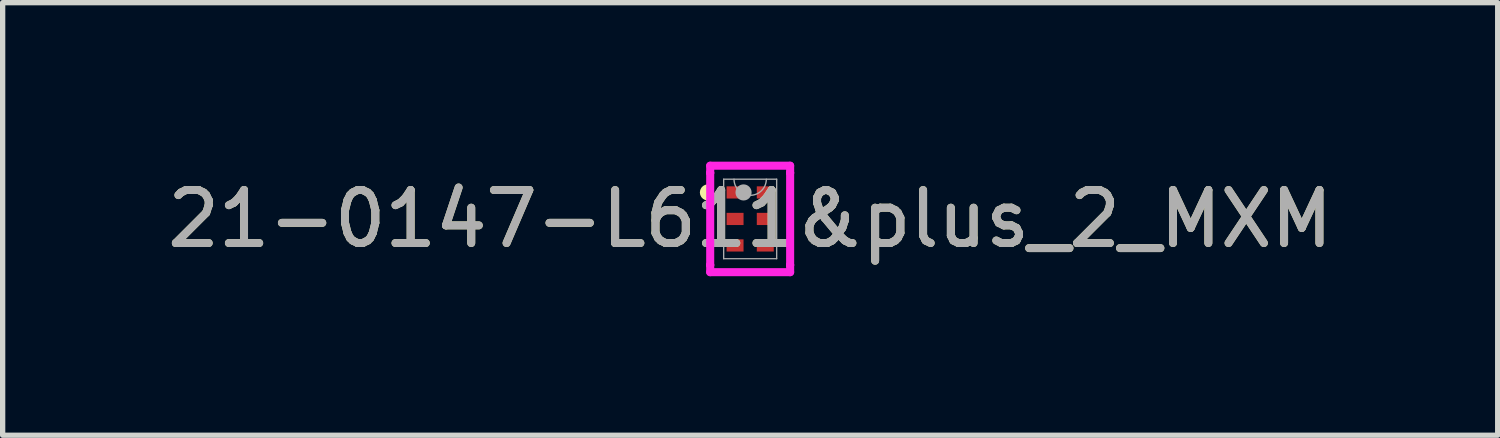
<source format=kicad_pcb>
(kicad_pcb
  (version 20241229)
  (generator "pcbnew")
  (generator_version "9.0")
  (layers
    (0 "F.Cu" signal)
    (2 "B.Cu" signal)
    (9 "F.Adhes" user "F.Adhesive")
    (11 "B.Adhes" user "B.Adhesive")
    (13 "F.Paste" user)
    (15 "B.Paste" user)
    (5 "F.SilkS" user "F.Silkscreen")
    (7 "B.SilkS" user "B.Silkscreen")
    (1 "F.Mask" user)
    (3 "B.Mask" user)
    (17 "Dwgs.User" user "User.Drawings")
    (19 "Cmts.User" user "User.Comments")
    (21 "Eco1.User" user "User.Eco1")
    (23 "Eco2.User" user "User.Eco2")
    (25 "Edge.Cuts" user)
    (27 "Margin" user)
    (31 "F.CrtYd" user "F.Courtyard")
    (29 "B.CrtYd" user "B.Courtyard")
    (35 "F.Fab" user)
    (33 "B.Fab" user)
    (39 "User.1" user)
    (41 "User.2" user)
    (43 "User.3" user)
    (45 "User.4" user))
  (footprint "21-0147-L611&plus_2_MXM"
    (layer "F.Cu")
    (at 11.101 1.08)
    (property "Reference" "21-0147-L611&plus_2_MXM" (at 0 0 0) (unlocked yes) (layer "F.SilkS") (effects (font (size 1 1) (thickness 0.15))))
    (attr smd)
    (fp_arc (start -0.777741 -0.426171) (mid -0.8728 -0.5) (end -0.777741 -0.573829) (stroke (width 0.1524) (type solid)) (layer "F.SilkS"))
    (fp_line (start -0.754 -1.004) (end 0.754 -1.004) (stroke (width 0.152) (type solid)) (layer "F.CrtYd"))
    (fp_line (start -0.754 -0.869) (end -0.754 -1.004) (stroke (width 0.152) (type solid)) (layer "F.CrtYd"))
    (fp_line (start -0.754 -0.869) (end -0.754 -0.869) (stroke (width 0.152) (type solid)) (layer "F.CrtYd"))
    (fp_line (start -0.754 0.869) (end -0.754 -0.869) (stroke (width 0.152) (type solid)) (layer "F.CrtYd"))
    (fp_line (start -0.754 0.869) (end -0.754 0.869) (stroke (width 0.152) (type solid)) (layer "F.CrtYd"))
    (fp_line (start -0.754 1.004) (end -0.754 0.869) (stroke (width 0.152) (type solid)) (layer "F.CrtYd"))
    (fp_line (start 0.754 -1.004) (end 0.754 -0.869) (stroke (width 0.152) (type solid)) (layer "F.CrtYd"))
    (fp_line (start 0.754 -0.869) (end 0.754 -0.869) (stroke (width 0.152) (type solid)) (layer "F.CrtYd"))
    (fp_line (start 0.754 -0.869) (end 0.754 0.869) (stroke (width 0.152) (type solid)) (layer "F.CrtYd"))
    (fp_line (start 0.754 0.869) (end 0.754 0.869) (stroke (width 0.152) (type solid)) (layer "F.CrtYd"))
    (fp_line (start 0.754 0.869) (end 0.754 1.004) (stroke (width 0.152) (type solid)) (layer "F.CrtYd"))
    (fp_line (start 0.754 1.004) (end -0.754 1.004) (stroke (width 0.152) (type solid)) (layer "F.CrtYd"))
    (fp_line (start -0.5 -0.75) (end -0.5 0.75) (stroke (width 0.025) (type solid)) (layer "F.Fab"))
    (fp_line (start -0.5 0.75) (end 0.5 0.75) (stroke (width 0.025) (type solid)) (layer "F.Fab"))
    (fp_line (start 0.5 -0.75) (end -0.5 -0.75) (stroke (width 0.025) (type solid)) (layer "F.Fab"))
    (fp_line (start 0.5 0.75) (end 0.5 -0.75) (stroke (width 0.025) (type solid)) (layer "F.Fab"))
    (fp_arc (start 0.3048 -0.75) (mid 0 -0.4452) (end -0.3048 -0.75) (stroke (width 0.0254) (type solid)) (layer "F.Fab"))
    (fp_circle (center -0.125 -0.5) (end -0.125 -0.5) (stroke (width 0.152) (type solid)) (fill no) (layer "F.Fab"))
    (fp_text user "${REFERENCE}" (at 0 0 0) (unlocked yes) (layer "F.Fab") (effects (font (size 1 1) (thickness 0.15))))
    (pad "1" smd rect (at -0.285 -0.5) (size 0.32 0.23) (layers "F.Cu" "F.Mask" "F.Paste"))
    (pad "2" smd rect (at -0.285 0) (size 0.32 0.23) (layers "F.Cu" "F.Mask" "F.Paste"))
    (pad "3" smd rect (at -0.285 0.5) (size 0.32 0.23) (layers "F.Cu" "F.Mask" "F.Paste"))
    (pad "4" smd rect (at 0.285 0.5) (size 0.32 0.23) (layers "F.Cu" "F.Mask" "F.Paste"))
    (pad "5" smd rect (at 0.285 0) (size 0.32 0.23) (layers "F.Cu" "F.Mask" "F.Paste"))
    (pad "6" smd rect (at 0.285 -0.5) (size 0.32 0.23) (layers "F.Cu" "F.Mask" "F.Paste")))
  (gr_rect
    (start -3 -3)
    (end 25.202 5.16)
    (stroke (width 0.1) (type default))
    (fill no)
    (layer "Edge.Cuts")))
</source>
